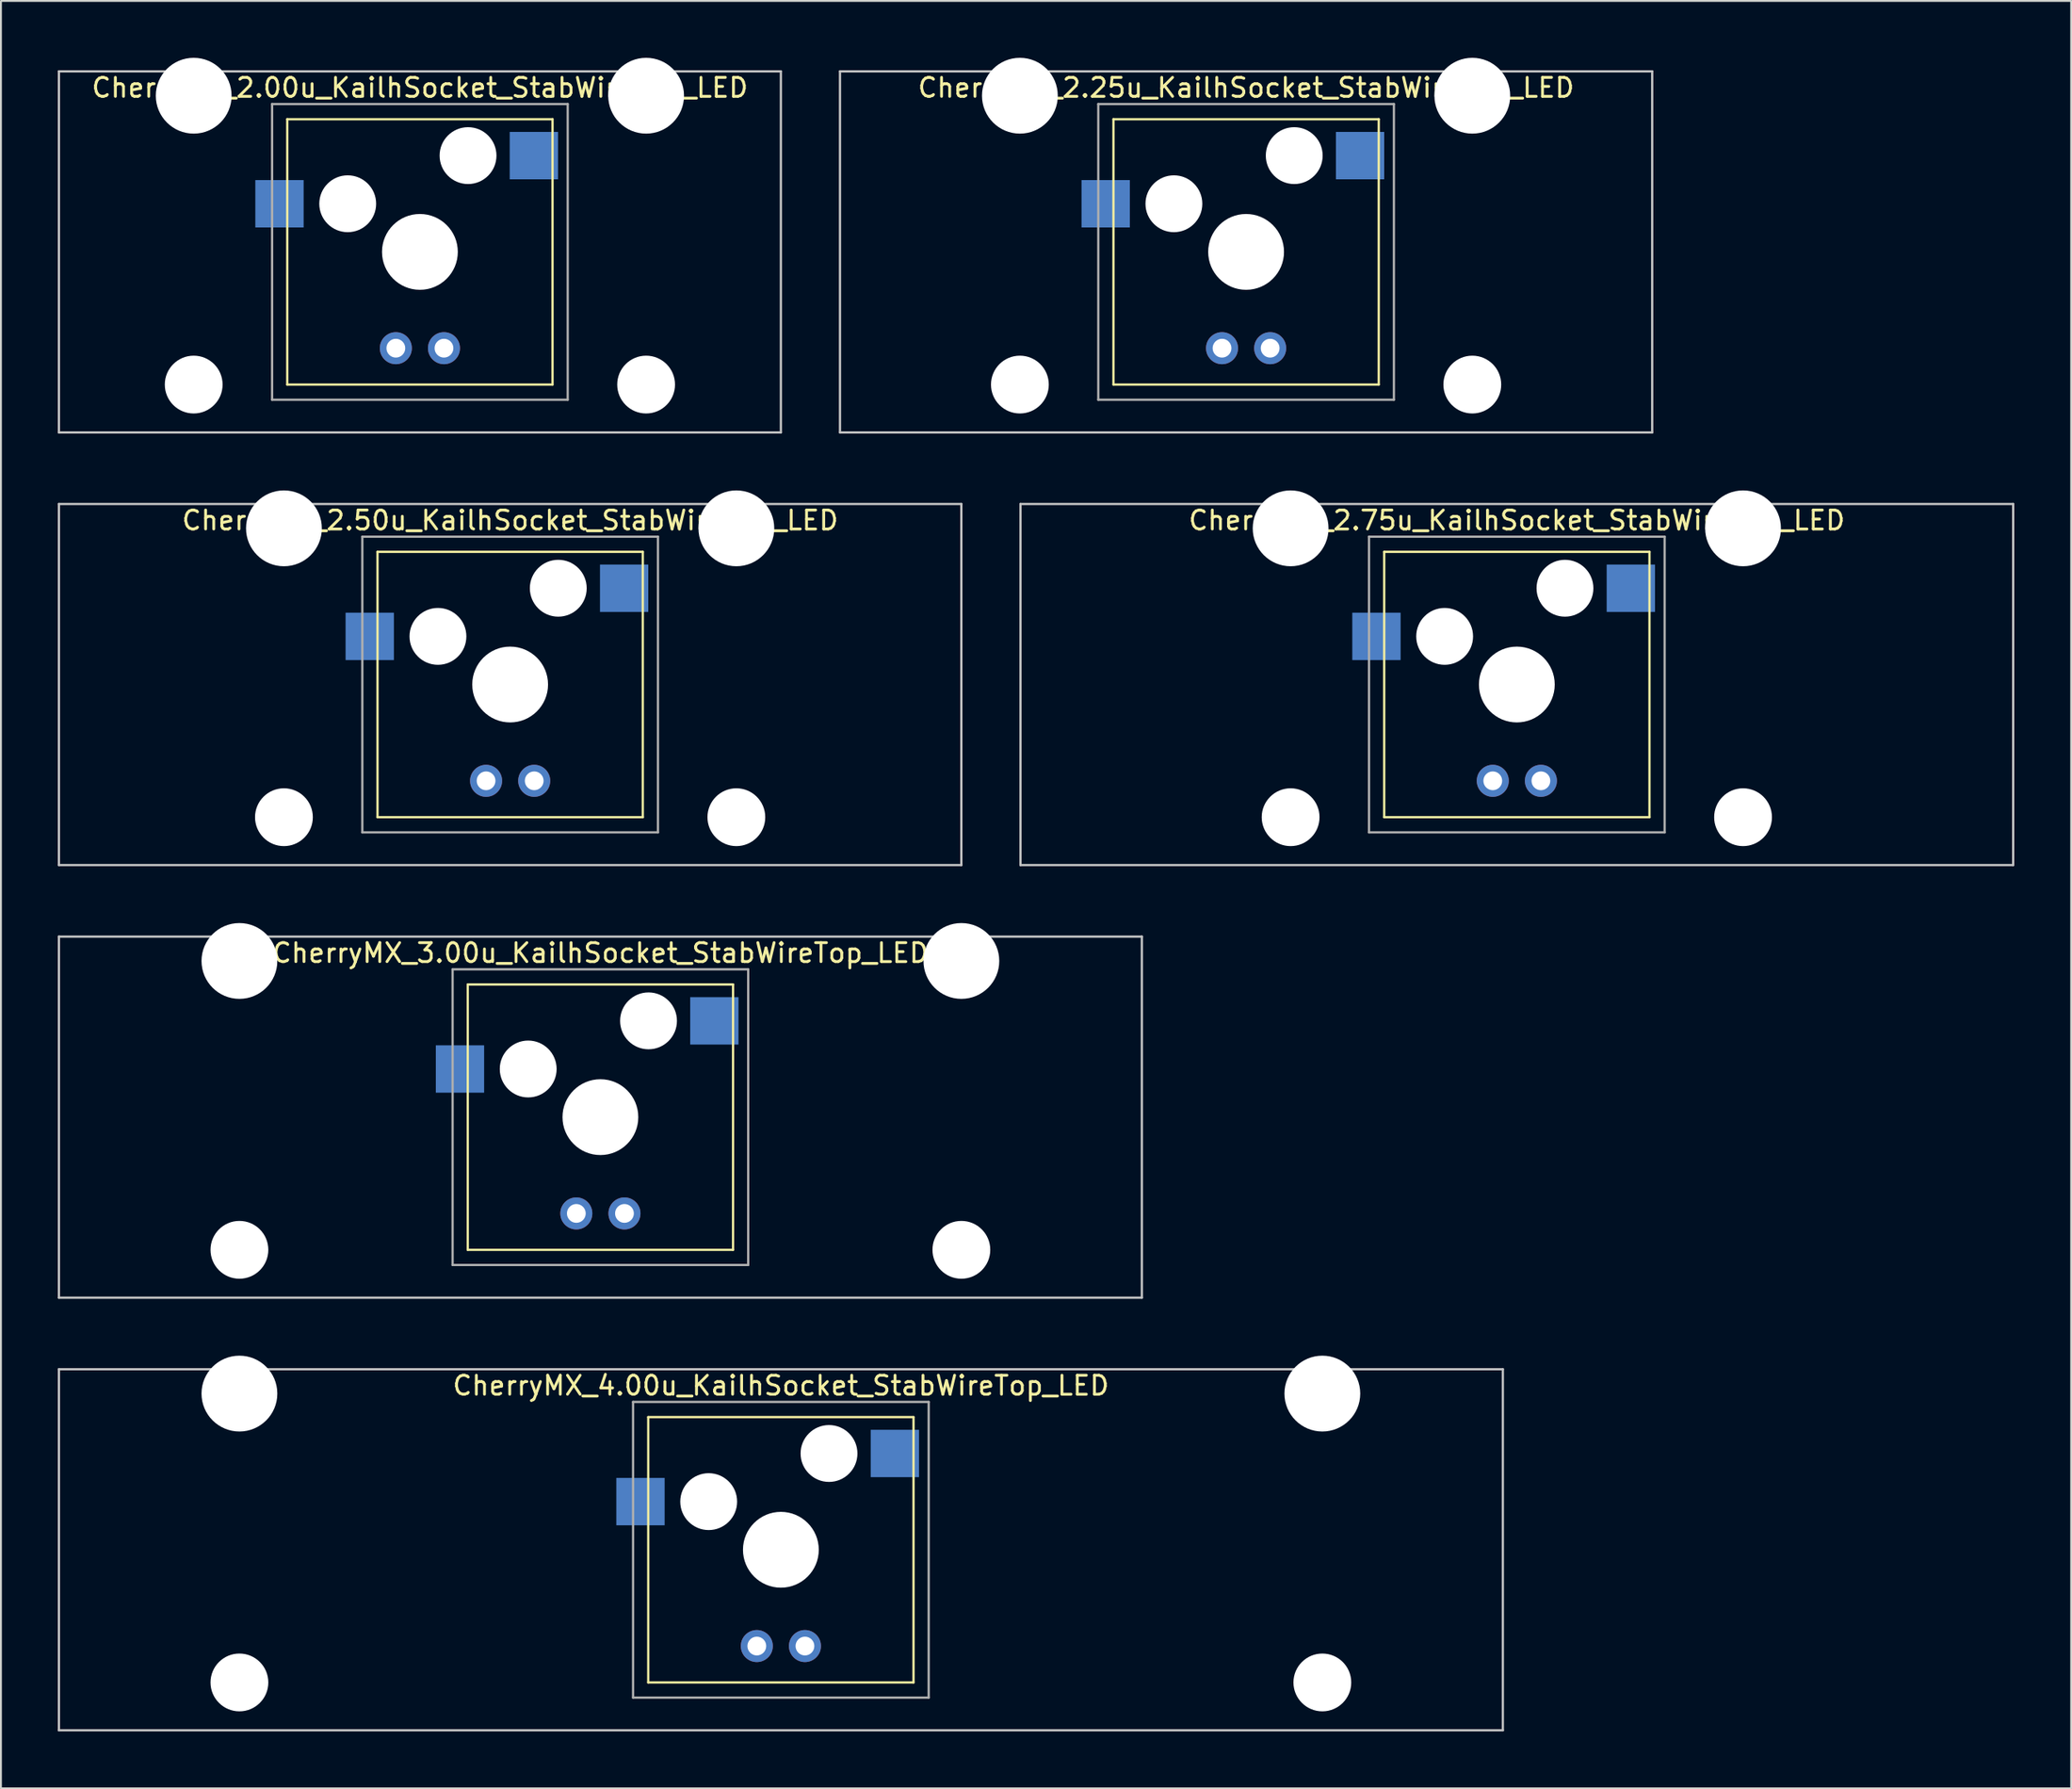
<source format=kicad_pcb>
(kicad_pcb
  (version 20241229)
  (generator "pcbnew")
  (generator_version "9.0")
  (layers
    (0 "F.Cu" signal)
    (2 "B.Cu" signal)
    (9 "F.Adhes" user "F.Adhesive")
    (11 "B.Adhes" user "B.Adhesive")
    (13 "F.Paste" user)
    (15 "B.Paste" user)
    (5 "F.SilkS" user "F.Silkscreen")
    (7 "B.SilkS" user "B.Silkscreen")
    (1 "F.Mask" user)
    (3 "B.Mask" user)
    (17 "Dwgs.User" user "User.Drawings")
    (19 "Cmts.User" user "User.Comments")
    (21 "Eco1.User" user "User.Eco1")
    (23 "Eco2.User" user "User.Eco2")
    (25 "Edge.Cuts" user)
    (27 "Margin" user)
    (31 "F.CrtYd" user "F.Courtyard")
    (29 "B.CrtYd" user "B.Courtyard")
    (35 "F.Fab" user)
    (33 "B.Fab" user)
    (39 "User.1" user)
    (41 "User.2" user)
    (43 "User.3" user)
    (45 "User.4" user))
  (footprint "CherryMX_2.25u_KailhSocket_StabWireTop_LED"
    (layer "F.Cu")
    (at 62.711 10.24)
    (property "Reference" "CherryMX_2.25u_KailhSocket_StabWireTop_LED" (at 0 -8.662 0) (layer "F.SilkS") (effects (font (size 1 1) (thickness 0.15))))
    (attr through_hole)
    (fp_line (start -7 -7) (end -7 7) (stroke (width 0.12) (type solid)) (layer "F.SilkS"))
    (fp_line (start -7 -7) (end 7 -7) (stroke (width 0.12) (type solid)) (layer "F.SilkS"))
    (fp_line (start 7 -7) (end 7 7) (stroke (width 0.12) (type solid)) (layer "F.SilkS"))
    (fp_line (start 7 7) (end -7 7) (stroke (width 0.12) (type solid)) (layer "F.SilkS"))
    (fp_line (start -21.431 -9.525) (end 21.431 -9.525) (stroke (width 0.12) (type solid)) (layer "Dwgs.User"))
    (fp_line (start -21.431 9.525) (end -21.431 -9.525) (stroke (width 0.12) (type solid)) (layer "Dwgs.User"))
    (fp_line (start 21.431 -9.525) (end 21.431 9.525) (stroke (width 0.12) (type solid)) (layer "Dwgs.User"))
    (fp_line (start 21.431 9.525) (end -21.431 9.525) (stroke (width 0.12) (type solid)) (layer "Dwgs.User"))
    (fp_line (start -7.8 -7.8) (end -7.8 7.8) (stroke (width 0.12) (type solid)) (layer "F.Fab"))
    (fp_line (start -7.8 -7.8) (end 7.8 -7.8) (stroke (width 0.12) (type solid)) (layer "F.Fab"))
    (fp_line (start -7.8 7.8) (end 7.8 7.8) (stroke (width 0.12) (type solid)) (layer "F.Fab"))
    (fp_line (start 7.8 -7.8) (end 7.8 7.8) (stroke (width 0.12) (type solid)) (layer "F.Fab"))
    (pad "" np_thru_hole circle (at -11.938 -8.24) (size 4 4) (drill 4) (layers "*.Cu" "*.Mask"))
    (pad "" np_thru_hole circle (at -11.938 7) (size 3.05 3.05) (drill 3.05) (layers "*.Cu" "*.Mask"))
    (pad "" np_thru_hole circle (at -3.81 -2.54) (size 3 3) (drill 3) (layers "*.Cu" "*.Mask"))
    (pad "" np_thru_hole circle (at 0 0) (size 4 4) (drill 4) (layers "*.Cu" "*.Mask"))
    (pad "" np_thru_hole circle (at 2.54 -5.08) (size 3 3) (drill 3) (layers "*.Cu" "*.Mask"))
    (pad "" np_thru_hole circle (at 11.938 -8.24) (size 4 4) (drill 4) (layers "*.Cu" "*.Mask"))
    (pad "" np_thru_hole circle (at 11.938 7) (size 3.05 3.05) (drill 3.05) (layers "*.Cu" "*.Mask"))
    (pad "1" smd rect (at -7.41 -2.54) (size 2.55 2.5) (layers "B.Cu" "B.Mask" "B.Paste"))
    (pad "2" smd rect (at 6.015 -5.08) (size 2.55 2.5) (layers "B.Cu" "B.Mask" "B.Paste"))
    (pad "3" thru_hole circle (at -1.27 5.08) (size 1.691 1.691) (drill 0.991) (layers "*.Cu" "*.Mask"))
    (pad "4" thru_hole circle (at 1.27 5.08) (size 1.691 1.691) (drill 0.991) (layers "*.Cu" "*.Mask")))
  (footprint "CherryMX_2.00u_KailhSocket_StabWireTop_LED"
    (layer "F.Cu")
    (at 19.11 10.24)
    (property "Reference" "CherryMX_2.00u_KailhSocket_StabWireTop_LED" (at 0 -8.662 0) (layer "F.SilkS") (effects (font (size 1 1) (thickness 0.15))))
    (attr through_hole)
    (fp_line (start -7 -7) (end -7 7) (stroke (width 0.12) (type solid)) (layer "F.SilkS"))
    (fp_line (start -7 -7) (end 7 -7) (stroke (width 0.12) (type solid)) (layer "F.SilkS"))
    (fp_line (start 7 -7) (end 7 7) (stroke (width 0.12) (type solid)) (layer "F.SilkS"))
    (fp_line (start 7 7) (end -7 7) (stroke (width 0.12) (type solid)) (layer "F.SilkS"))
    (fp_line (start -19.05 -9.525) (end 19.05 -9.525) (stroke (width 0.12) (type solid)) (layer "Dwgs.User"))
    (fp_line (start -19.05 9.525) (end -19.05 -9.525) (stroke (width 0.12) (type solid)) (layer "Dwgs.User"))
    (fp_line (start 19.05 -9.525) (end 19.05 9.525) (stroke (width 0.12) (type solid)) (layer "Dwgs.User"))
    (fp_line (start 19.05 9.525) (end -19.05 9.525) (stroke (width 0.12) (type solid)) (layer "Dwgs.User"))
    (fp_line (start -7.8 -7.8) (end -7.8 7.8) (stroke (width 0.12) (type solid)) (layer "F.Fab"))
    (fp_line (start -7.8 -7.8) (end 7.8 -7.8) (stroke (width 0.12) (type solid)) (layer "F.Fab"))
    (fp_line (start -7.8 7.8) (end 7.8 7.8) (stroke (width 0.12) (type solid)) (layer "F.Fab"))
    (fp_line (start 7.8 -7.8) (end 7.8 7.8) (stroke (width 0.12) (type solid)) (layer "F.Fab"))
    (pad "" np_thru_hole circle (at -11.938 -8.24) (size 4 4) (drill 4) (layers "*.Cu" "*.Mask"))
    (pad "" np_thru_hole circle (at -11.938 7) (size 3.05 3.05) (drill 3.05) (layers "*.Cu" "*.Mask"))
    (pad "" np_thru_hole circle (at -3.81 -2.54) (size 3 3) (drill 3) (layers "*.Cu" "*.Mask"))
    (pad "" np_thru_hole circle (at 0 0) (size 4 4) (drill 4) (layers "*.Cu" "*.Mask"))
    (pad "" np_thru_hole circle (at 2.54 -5.08) (size 3 3) (drill 3) (layers "*.Cu" "*.Mask"))
    (pad "" np_thru_hole circle (at 11.938 -8.24) (size 4 4) (drill 4) (layers "*.Cu" "*.Mask"))
    (pad "" np_thru_hole circle (at 11.938 7) (size 3.05 3.05) (drill 3.05) (layers "*.Cu" "*.Mask"))
    (pad "1" smd rect (at -7.41 -2.54) (size 2.55 2.5) (layers "B.Cu" "B.Mask" "B.Paste"))
    (pad "2" smd rect (at 6.015 -5.08) (size 2.55 2.5) (layers "B.Cu" "B.Mask" "B.Paste"))
    (pad "3" thru_hole circle (at -1.27 5.08) (size 1.691 1.691) (drill 0.991) (layers "*.Cu" "*.Mask"))
    (pad "4" thru_hole circle (at 1.27 5.08) (size 1.691 1.691) (drill 0.991) (layers "*.Cu" "*.Mask")))
  (footprint "CherryMX_4.00u_KailhSocket_StabWireTop_LED"
    (layer "F.Cu")
    (at 38.16 78.715)
    (property "Reference" "CherryMX_4.00u_KailhSocket_StabWireTop_LED" (at 0 -8.662 0) (layer "F.SilkS") (effects (font (size 1 1) (thickness 0.15))))
    (attr through_hole)
    (fp_line (start -7 -7) (end -7 7) (stroke (width 0.12) (type solid)) (layer "F.SilkS"))
    (fp_line (start -7 -7) (end 7 -7) (stroke (width 0.12) (type solid)) (layer "F.SilkS"))
    (fp_line (start 7 -7) (end 7 7) (stroke (width 0.12) (type solid)) (layer "F.SilkS"))
    (fp_line (start 7 7) (end -7 7) (stroke (width 0.12) (type solid)) (layer "F.SilkS"))
    (fp_line (start -38.1 -9.525) (end 38.1 -9.525) (stroke (width 0.12) (type solid)) (layer "Dwgs.User"))
    (fp_line (start -38.1 9.525) (end -38.1 -9.525) (stroke (width 0.12) (type solid)) (layer "Dwgs.User"))
    (fp_line (start 38.1 -9.525) (end 38.1 9.525) (stroke (width 0.12) (type solid)) (layer "Dwgs.User"))
    (fp_line (start 38.1 9.525) (end -38.1 9.525) (stroke (width 0.12) (type solid)) (layer "Dwgs.User"))
    (fp_line (start -7.8 -7.8) (end -7.8 7.8) (stroke (width 0.12) (type solid)) (layer "F.Fab"))
    (fp_line (start -7.8 -7.8) (end 7.8 -7.8) (stroke (width 0.12) (type solid)) (layer "F.Fab"))
    (fp_line (start -7.8 7.8) (end 7.8 7.8) (stroke (width 0.12) (type solid)) (layer "F.Fab"))
    (fp_line (start 7.8 -7.8) (end 7.8 7.8) (stroke (width 0.12) (type solid)) (layer "F.Fab"))
    (pad "" np_thru_hole circle (at -28.575 -8.24) (size 4 4) (drill 4) (layers "*.Cu" "*.Mask"))
    (pad "" np_thru_hole circle (at -28.575 7) (size 3.05 3.05) (drill 3.05) (layers "*.Cu" "*.Mask"))
    (pad "" np_thru_hole circle (at -3.81 -2.54) (size 3 3) (drill 3) (layers "*.Cu" "*.Mask"))
    (pad "" np_thru_hole circle (at 0 0) (size 4 4) (drill 4) (layers "*.Cu" "*.Mask"))
    (pad "" np_thru_hole circle (at 2.54 -5.08) (size 3 3) (drill 3) (layers "*.Cu" "*.Mask"))
    (pad "" np_thru_hole circle (at 28.575 -8.24) (size 4 4) (drill 4) (layers "*.Cu" "*.Mask"))
    (pad "" np_thru_hole circle (at 28.575 7) (size 3.05 3.05) (drill 3.05) (layers "*.Cu" "*.Mask"))
    (pad "1" smd rect (at -7.41 -2.54) (size 2.55 2.5) (layers "B.Cu" "B.Mask" "B.Paste"))
    (pad "2" smd rect (at 6.015 -5.08) (size 2.55 2.5) (layers "B.Cu" "B.Mask" "B.Paste"))
    (pad "3" thru_hole circle (at -1.27 5.08) (size 1.691 1.691) (drill 0.991) (layers "*.Cu" "*.Mask"))
    (pad "4" thru_hole circle (at 1.27 5.08) (size 1.691 1.691) (drill 0.991) (layers "*.Cu" "*.Mask")))
  (footprint "CherryMX_2.75u_KailhSocket_StabWireTop_LED"
    (layer "F.Cu")
    (at 76.999 33.065)
    (property "Reference" "CherryMX_2.75u_KailhSocket_StabWireTop_LED" (at 0 -8.662 0) (layer "F.SilkS") (effects (font (size 1 1) (thickness 0.15))))
    (attr through_hole)
    (fp_line (start -7 -7) (end -7 7) (stroke (width 0.12) (type solid)) (layer "F.SilkS"))
    (fp_line (start -7 -7) (end 7 -7) (stroke (width 0.12) (type solid)) (layer "F.SilkS"))
    (fp_line (start 7 -7) (end 7 7) (stroke (width 0.12) (type solid)) (layer "F.SilkS"))
    (fp_line (start 7 7) (end -7 7) (stroke (width 0.12) (type solid)) (layer "F.SilkS"))
    (fp_line (start -26.194 -9.525) (end 26.194 -9.525) (stroke (width 0.12) (type solid)) (layer "Dwgs.User"))
    (fp_line (start -26.194 9.525) (end -26.194 -9.525) (stroke (width 0.12) (type solid)) (layer "Dwgs.User"))
    (fp_line (start 26.194 -9.525) (end 26.194 9.525) (stroke (width 0.12) (type solid)) (layer "Dwgs.User"))
    (fp_line (start 26.194 9.525) (end -26.194 9.525) (stroke (width 0.12) (type solid)) (layer "Dwgs.User"))
    (fp_line (start -7.8 -7.8) (end -7.8 7.8) (stroke (width 0.12) (type solid)) (layer "F.Fab"))
    (fp_line (start -7.8 -7.8) (end 7.8 -7.8) (stroke (width 0.12) (type solid)) (layer "F.Fab"))
    (fp_line (start -7.8 7.8) (end 7.8 7.8) (stroke (width 0.12) (type solid)) (layer "F.Fab"))
    (fp_line (start 7.8 -7.8) (end 7.8 7.8) (stroke (width 0.12) (type solid)) (layer "F.Fab"))
    (pad "" np_thru_hole circle (at -11.938 -8.24) (size 4 4) (drill 4) (layers "*.Cu" "*.Mask"))
    (pad "" np_thru_hole circle (at -11.938 7) (size 3.05 3.05) (drill 3.05) (layers "*.Cu" "*.Mask"))
    (pad "" np_thru_hole circle (at -3.81 -2.54) (size 3 3) (drill 3) (layers "*.Cu" "*.Mask"))
    (pad "" np_thru_hole circle (at 0 0) (size 4 4) (drill 4) (layers "*.Cu" "*.Mask"))
    (pad "" np_thru_hole circle (at 2.54 -5.08) (size 3 3) (drill 3) (layers "*.Cu" "*.Mask"))
    (pad "" np_thru_hole circle (at 11.938 -8.24) (size 4 4) (drill 4) (layers "*.Cu" "*.Mask"))
    (pad "" np_thru_hole circle (at 11.938 7) (size 3.05 3.05) (drill 3.05) (layers "*.Cu" "*.Mask"))
    (pad "1" smd rect (at -7.41 -2.54) (size 2.55 2.5) (layers "B.Cu" "B.Mask" "B.Paste"))
    (pad "2" smd rect (at 6.015 -5.08) (size 2.55 2.5) (layers "B.Cu" "B.Mask" "B.Paste"))
    (pad "3" thru_hole circle (at -1.27 5.08) (size 1.691 1.691) (drill 0.991) (layers "*.Cu" "*.Mask"))
    (pad "4" thru_hole circle (at 1.27 5.08) (size 1.691 1.691) (drill 0.991) (layers "*.Cu" "*.Mask")))
  (footprint "CherryMX_3.00u_KailhSocket_StabWireTop_LED"
    (layer "F.Cu")
    (at 28.635 55.89)
    (property "Reference" "CherryMX_3.00u_KailhSocket_StabWireTop_LED" (at 0 -8.662 0) (layer "F.SilkS") (effects (font (size 1 1) (thickness 0.15))))
    (attr through_hole)
    (fp_line (start -7 -7) (end -7 7) (stroke (width 0.12) (type solid)) (layer "F.SilkS"))
    (fp_line (start -7 -7) (end 7 -7) (stroke (width 0.12) (type solid)) (layer "F.SilkS"))
    (fp_line (start 7 -7) (end 7 7) (stroke (width 0.12) (type solid)) (layer "F.SilkS"))
    (fp_line (start 7 7) (end -7 7) (stroke (width 0.12) (type solid)) (layer "F.SilkS"))
    (fp_line (start -28.575 -9.525) (end 28.575 -9.525) (stroke (width 0.12) (type solid)) (layer "Dwgs.User"))
    (fp_line (start -28.575 9.525) (end -28.575 -9.525) (stroke (width 0.12) (type solid)) (layer "Dwgs.User"))
    (fp_line (start 28.575 -9.525) (end 28.575 9.525) (stroke (width 0.12) (type solid)) (layer "Dwgs.User"))
    (fp_line (start 28.575 9.525) (end -28.575 9.525) (stroke (width 0.12) (type solid)) (layer "Dwgs.User"))
    (fp_line (start -7.8 -7.8) (end -7.8 7.8) (stroke (width 0.12) (type solid)) (layer "F.Fab"))
    (fp_line (start -7.8 -7.8) (end 7.8 -7.8) (stroke (width 0.12) (type solid)) (layer "F.Fab"))
    (fp_line (start -7.8 7.8) (end 7.8 7.8) (stroke (width 0.12) (type solid)) (layer "F.Fab"))
    (fp_line (start 7.8 -7.8) (end 7.8 7.8) (stroke (width 0.12) (type solid)) (layer "F.Fab"))
    (pad "" np_thru_hole circle (at -19.05 -8.24) (size 4 4) (drill 4) (layers "*.Cu" "*.Mask"))
    (pad "" np_thru_hole circle (at -19.05 7) (size 3.05 3.05) (drill 3.05) (layers "*.Cu" "*.Mask"))
    (pad "" np_thru_hole circle (at -3.81 -2.54) (size 3 3) (drill 3) (layers "*.Cu" "*.Mask"))
    (pad "" np_thru_hole circle (at 0 0) (size 4 4) (drill 4) (layers "*.Cu" "*.Mask"))
    (pad "" np_thru_hole circle (at 2.54 -5.08) (size 3 3) (drill 3) (layers "*.Cu" "*.Mask"))
    (pad "" np_thru_hole circle (at 19.05 -8.24) (size 4 4) (drill 4) (layers "*.Cu" "*.Mask"))
    (pad "" np_thru_hole circle (at 19.05 7) (size 3.05 3.05) (drill 3.05) (layers "*.Cu" "*.Mask"))
    (pad "1" smd rect (at -7.41 -2.54) (size 2.55 2.5) (layers "B.Cu" "B.Mask" "B.Paste"))
    (pad "2" smd rect (at 6.015 -5.08) (size 2.55 2.5) (layers "B.Cu" "B.Mask" "B.Paste"))
    (pad "3" thru_hole circle (at -1.27 5.08) (size 1.691 1.691) (drill 0.991) (layers "*.Cu" "*.Mask"))
    (pad "4" thru_hole circle (at 1.27 5.08) (size 1.691 1.691) (drill 0.991) (layers "*.Cu" "*.Mask")))
  (footprint "CherryMX_2.50u_KailhSocket_StabWireTop_LED"
    (layer "F.Cu")
    (at 23.872 33.065)
    (property "Reference" "CherryMX_2.50u_KailhSocket_StabWireTop_LED" (at 0 -8.662 0) (layer "F.SilkS") (effects (font (size 1 1) (thickness 0.15))))
    (attr through_hole)
    (fp_line (start -7 -7) (end -7 7) (stroke (width 0.12) (type solid)) (layer "F.SilkS"))
    (fp_line (start -7 -7) (end 7 -7) (stroke (width 0.12) (type solid)) (layer "F.SilkS"))
    (fp_line (start 7 -7) (end 7 7) (stroke (width 0.12) (type solid)) (layer "F.SilkS"))
    (fp_line (start 7 7) (end -7 7) (stroke (width 0.12) (type solid)) (layer "F.SilkS"))
    (fp_line (start -23.812 -9.525) (end 23.812 -9.525) (stroke (width 0.12) (type solid)) (layer "Dwgs.User"))
    (fp_line (start -23.812 9.525) (end -23.812 -9.525) (stroke (width 0.12) (type solid)) (layer "Dwgs.User"))
    (fp_line (start 23.812 -9.525) (end 23.812 9.525) (stroke (width 0.12) (type solid)) (layer "Dwgs.User"))
    (fp_line (start 23.812 9.525) (end -23.812 9.525) (stroke (width 0.12) (type solid)) (layer "Dwgs.User"))
    (fp_line (start -7.8 -7.8) (end -7.8 7.8) (stroke (width 0.12) (type solid)) (layer "F.Fab"))
    (fp_line (start -7.8 -7.8) (end 7.8 -7.8) (stroke (width 0.12) (type solid)) (layer "F.Fab"))
    (fp_line (start -7.8 7.8) (end 7.8 7.8) (stroke (width 0.12) (type solid)) (layer "F.Fab"))
    (fp_line (start 7.8 -7.8) (end 7.8 7.8) (stroke (width 0.12) (type solid)) (layer "F.Fab"))
    (pad "" np_thru_hole circle (at -11.938 -8.24) (size 4 4) (drill 4) (layers "*.Cu" "*.Mask"))
    (pad "" np_thru_hole circle (at -11.938 7) (size 3.05 3.05) (drill 3.05) (layers "*.Cu" "*.Mask"))
    (pad "" np_thru_hole circle (at -3.81 -2.54) (size 3 3) (drill 3) (layers "*.Cu" "*.Mask"))
    (pad "" np_thru_hole circle (at 0 0) (size 4 4) (drill 4) (layers "*.Cu" "*.Mask"))
    (pad "" np_thru_hole circle (at 2.54 -5.08) (size 3 3) (drill 3) (layers "*.Cu" "*.Mask"))
    (pad "" np_thru_hole circle (at 11.938 -8.24) (size 4 4) (drill 4) (layers "*.Cu" "*.Mask"))
    (pad "" np_thru_hole circle (at 11.938 7) (size 3.05 3.05) (drill 3.05) (layers "*.Cu" "*.Mask"))
    (pad "1" smd rect (at -7.41 -2.54) (size 2.55 2.5) (layers "B.Cu" "B.Mask" "B.Paste"))
    (pad "2" smd rect (at 6.015 -5.08) (size 2.55 2.5) (layers "B.Cu" "B.Mask" "B.Paste"))
    (pad "3" thru_hole circle (at -1.27 5.08) (size 1.691 1.691) (drill 0.991) (layers "*.Cu" "*.Mask"))
    (pad "4" thru_hole circle (at 1.27 5.08) (size 1.691 1.691) (drill 0.991) (layers "*.Cu" "*.Mask")))
  (gr_rect
    (start -3 -3)
    (end 106.252 91.3)
    (stroke (width 0.1) (type default))
    (fill no)
    (layer "Edge.Cuts")))
</source>
